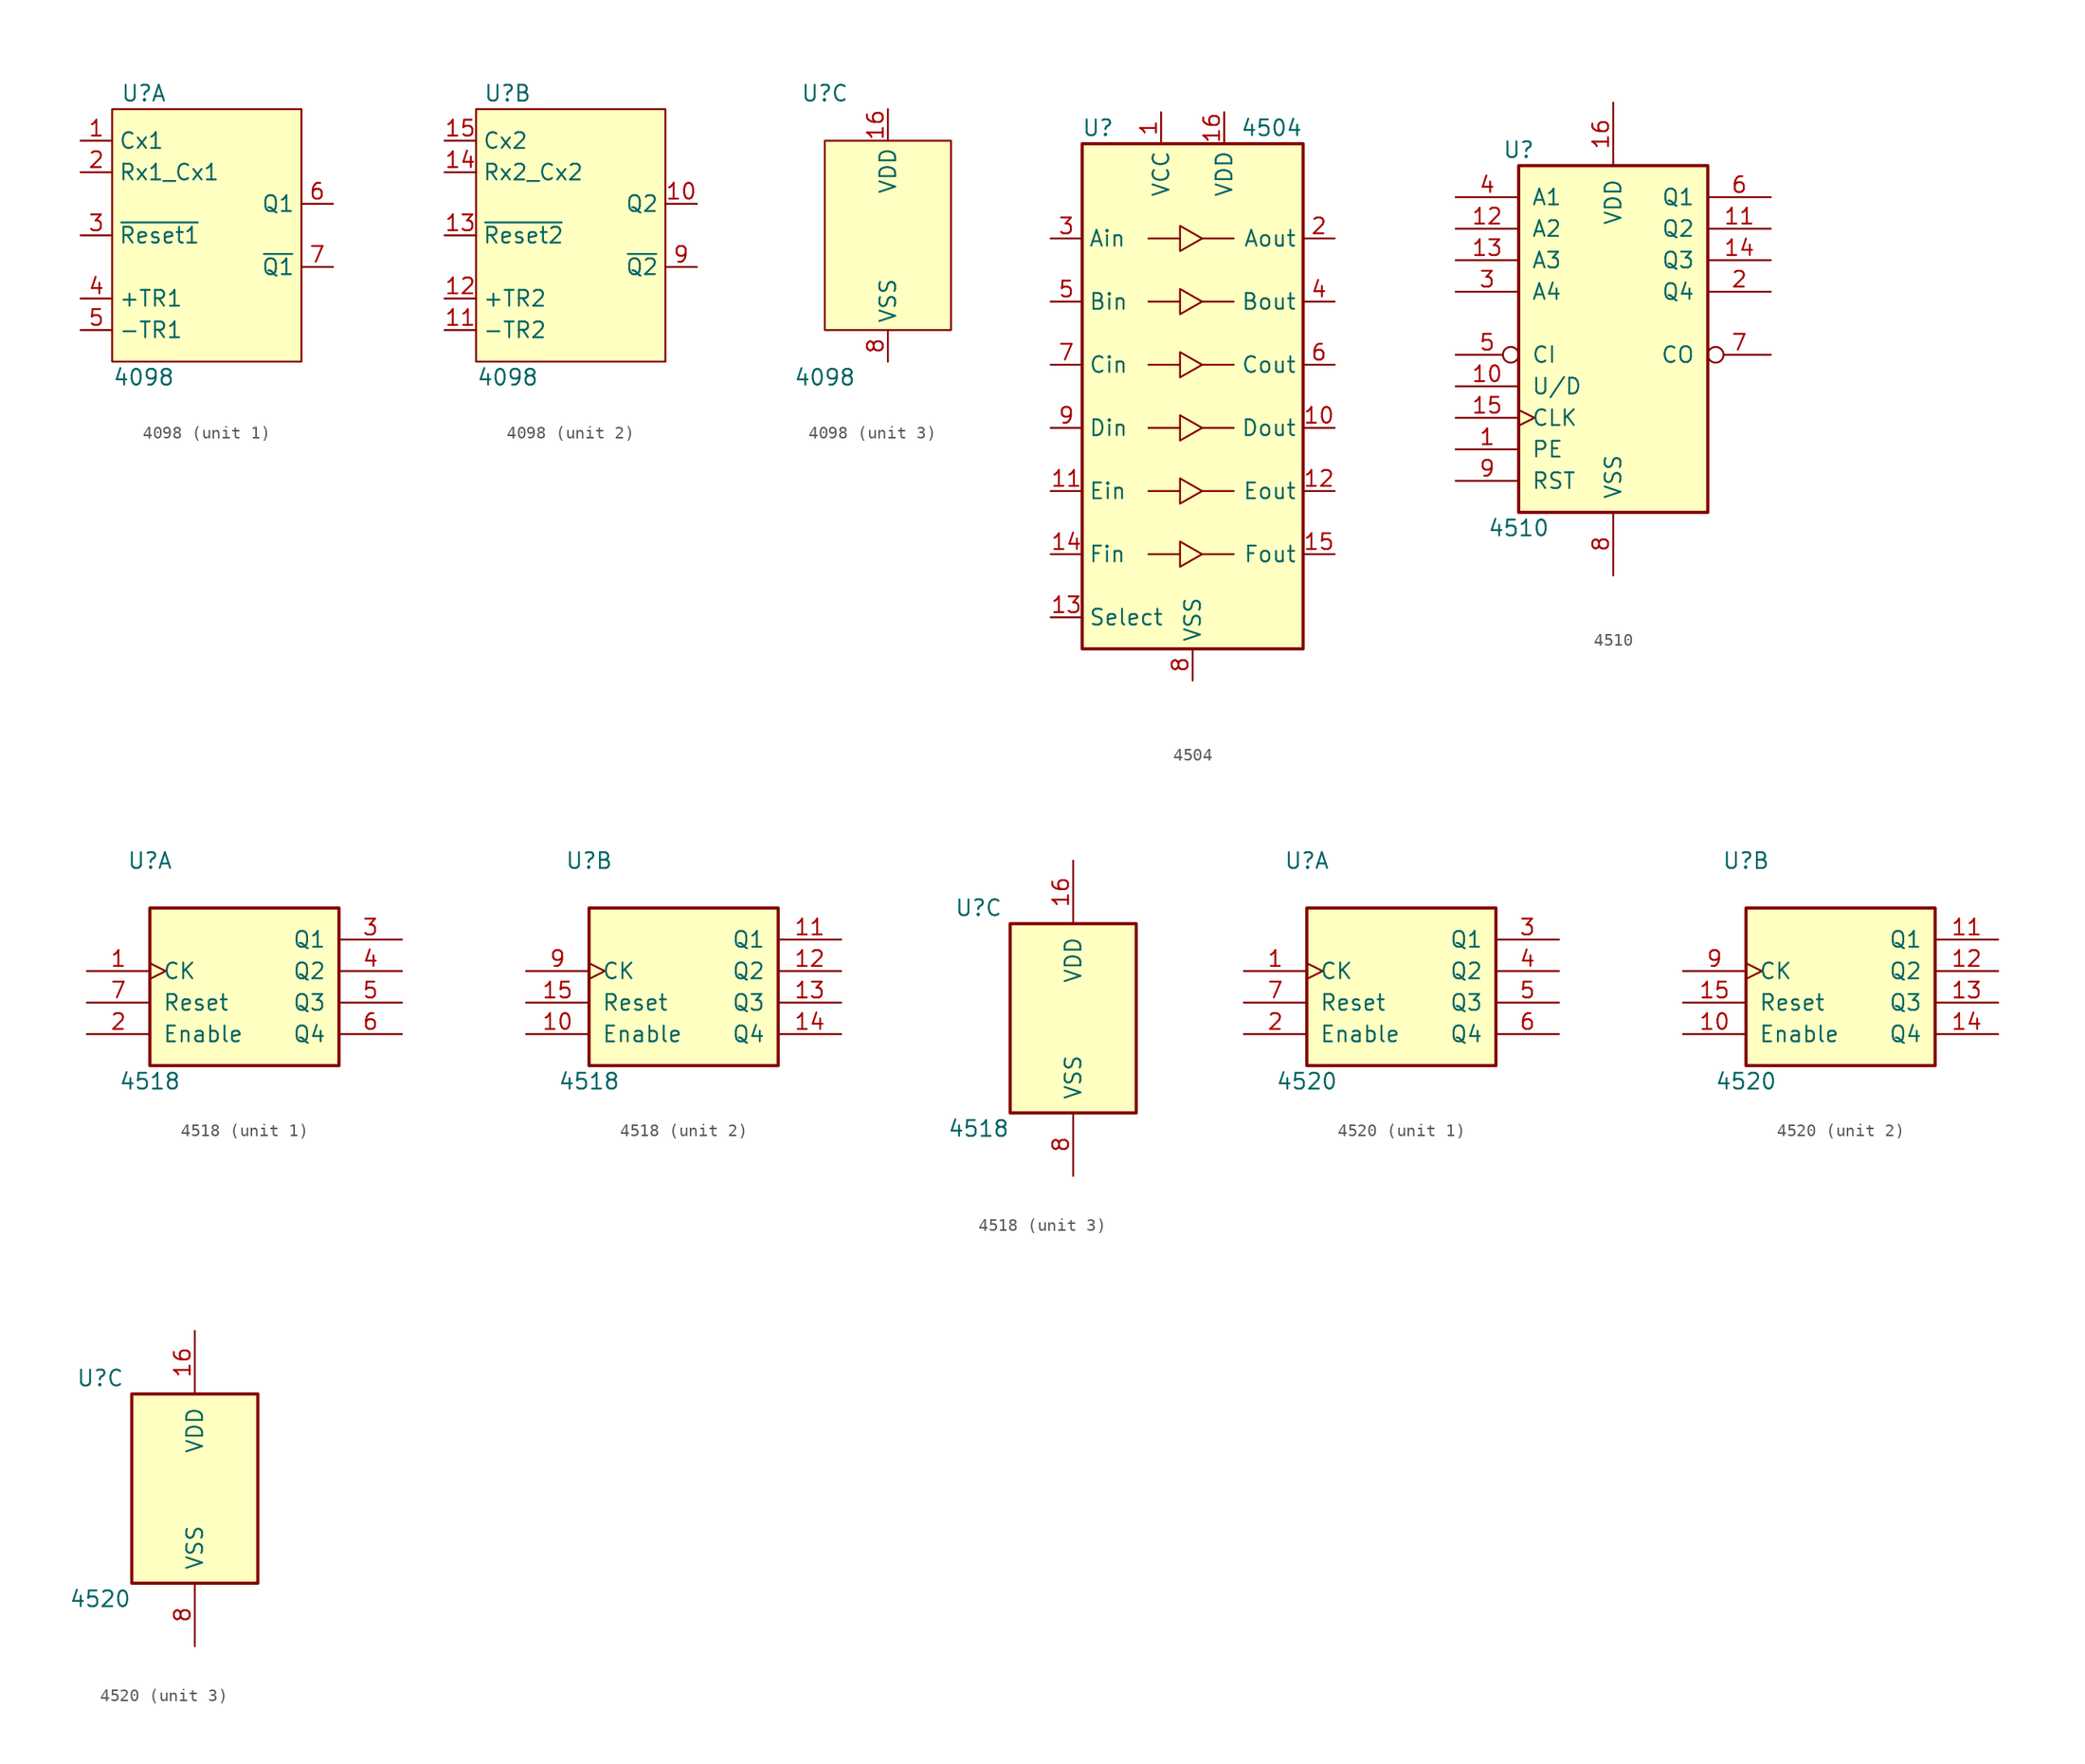
<source format=kicad_sym>
(kicad_symbol_lib
  (version 20241209)
  (generator "kicad_symbol_editor")
  (generator_version "9.0")
  (symbol "4098"
    (property "Reference" "U"
      (at -5.08 11.43 0)
      (effects (font (size 1.27 1.27))))
    (property "Value" "4098"
      (at -5.08 -11.43 0)
      (effects (font (size 1.27 1.27))))
    (symbol "4098_1_1"
      (rectangle (start -7.62 10.16) (end 7.62 -10.16) (stroke (width 0) (type default)) (fill (type background)))
      (pin input line (at -10.16 7.62 0) (length 2.54) (name "Cx1" (effects (font (size 1.27 1.27)))) (number "1" (effects (font (size 1.27 1.27)))))
      (pin input line (at -10.16 5.08 0) (length 2.54) (name "Rx1_Cx1" (effects (font (size 1.27 1.27)))) (number "2" (effects (font (size 1.27 1.27)))))
      (pin input line (at -10.16 0 0) (length 2.54) (name "~{Reset1}" (effects (font (size 1.27 1.27)))) (number "3" (effects (font (size 1.27 1.27)))))
      (pin input line (at -10.16 -5.08 0) (length 2.54) (name "+TR1" (effects (font (size 1.27 1.27)))) (number "4" (effects (font (size 1.27 1.27)))))
      (pin input line (at -10.16 -7.62 0) (length 2.54) (name "-TR1" (effects (font (size 1.27 1.27)))) (number "5" (effects (font (size 1.27 1.27)))))
      (pin output line (at 10.16 2.54 180) (length 2.54) (name "Q1" (effects (font (size 1.27 1.27)))) (number "6" (effects (font (size 1.27 1.27)))))
      (pin output line (at 10.16 -2.54 180) (length 2.54) (name "~{Q1}" (effects (font (size 1.27 1.27)))) (number "7" (effects (font (size 1.27 1.27))))))
    (symbol "4098_2_1"
      (rectangle (start -7.62 10.16) (end 7.62 -10.16) (stroke (width 0) (type default)) (fill (type background)))
      (pin input line (at -10.16 7.62 0) (length 2.54) (name "Cx2" (effects (font (size 1.27 1.27)))) (number "15" (effects (font (size 1.27 1.27)))))
      (pin input line (at -10.16 5.08 0) (length 2.54) (name "Rx2_Cx2" (effects (font (size 1.27 1.27)))) (number "14" (effects (font (size 1.27 1.27)))))
      (pin input line (at -10.16 0 0) (length 2.54) (name "~{Reset2}" (effects (font (size 1.27 1.27)))) (number "13" (effects (font (size 1.27 1.27)))))
      (pin input line (at -10.16 -5.08 0) (length 2.54) (name "+TR2" (effects (font (size 1.27 1.27)))) (number "12" (effects (font (size 1.27 1.27)))))
      (pin input line (at -10.16 -7.62 0) (length 2.54) (name "-TR2" (effects (font (size 1.27 1.27)))) (number "11" (effects (font (size 1.27 1.27)))))
      (pin output line (at 10.16 2.54 180) (length 2.54) (name "Q2" (effects (font (size 1.27 1.27)))) (number "10" (effects (font (size 1.27 1.27)))))
      (pin output line (at 10.16 -2.54 180) (length 2.54) (name "~{Q2}" (effects (font (size 1.27 1.27)))) (number "9" (effects (font (size 1.27 1.27))))))
    (symbol "4098_3_1"
      (rectangle (start -5.08 7.62) (end 5.08 -7.62) (stroke (width 0) (type default)) (fill (type background)))
      (pin power_in line (at 0 10.16 270) (length 2.54) (name "VDD" (effects (font (size 1.27 1.27)))) (number "16" (effects (font (size 1.27 1.27)))))
      (pin power_in line (at 0 -10.16 90) (length 2.54) (name "VSS" (effects (font (size 1.27 1.27)))) (number "8" (effects (font (size 1.27 1.27)))))))
  (symbol "4504"
    (property "Reference" "U"
      (at -7.62 21.59 0)
      (effects (font (size 1.27 1.27))))
    (property "Value" "4504"
      (at 6.35 21.59 0)
      (effects (font (size 1.27 1.27))))
    (symbol "4504_0_1"
      (polyline (pts (xy -3.556 12.7) (xy -1.016 12.7)) (stroke (width 0) (type default)) (fill (type none)))
      (polyline (pts (xy -3.556 7.62) (xy -1.016 7.62)) (stroke (width 0) (type default)) (fill (type none)))
      (polyline (pts (xy -3.556 2.54) (xy -1.016 2.54)) (stroke (width 0) (type default)) (fill (type none)))
      (polyline (pts (xy -3.556 -2.54) (xy -1.016 -2.54)) (stroke (width 0) (type default)) (fill (type none)))
      (polyline (pts (xy -3.556 -7.62) (xy -1.016 -7.62)) (stroke (width 0) (type default)) (fill (type none)))
      (polyline (pts (xy -3.556 -12.7) (xy -1.016 -12.7)) (stroke (width 0) (type default)) (fill (type none)))
      (polyline (pts (xy 0.762 12.7) (xy 3.302 12.7)) (stroke (width 0) (type default)) (fill (type none)))
      (polyline (pts (xy 0.762 7.62) (xy 3.302 7.62)) (stroke (width 0) (type default)) (fill (type none)))
      (polyline (pts (xy 0.762 2.54) (xy 3.302 2.54)) (stroke (width 0) (type default)) (fill (type none)))
      (polyline (pts (xy 0.762 -2.54) (xy 3.302 -2.54)) (stroke (width 0) (type default)) (fill (type none)))
      (polyline (pts (xy 0.762 -7.62) (xy 3.302 -7.62)) (stroke (width 0) (type default)) (fill (type none)))
      (polyline (pts (xy 0.762 -12.7) (xy 3.302 -12.7)) (stroke (width 0) (type default)) (fill (type none))))
    (symbol "4504_1_1"
      (rectangle (start -8.89 20.32) (end 8.89 -20.32) (stroke (width 0.254) (type default)) (fill (type background)))
      (polyline (pts (xy 0.762 12.7) (xy -1.016 11.684) (xy -1.016 13.716) (xy 0.762 12.7)) (stroke (width 0) (type default)) (fill (type none)))
      (polyline (pts (xy 0.762 7.62) (xy -1.016 6.604) (xy -1.016 8.636) (xy 0.762 7.62)) (stroke (width 0) (type default)) (fill (type none)))
      (polyline (pts (xy 0.762 2.54) (xy -1.016 1.524) (xy -1.016 3.556) (xy 0.762 2.54)) (stroke (width 0) (type default)) (fill (type none)))
      (polyline (pts (xy 0.762 -2.54) (xy -1.016 -3.556) (xy -1.016 -1.524) (xy 0.762 -2.54)) (stroke (width 0) (type default)) (fill (type none)))
      (polyline (pts (xy 0.762 -7.62) (xy -1.016 -8.636) (xy -1.016 -6.604) (xy 0.762 -7.62)) (stroke (width 0) (type default)) (fill (type none)))
      (polyline (pts (xy 0.762 -12.7) (xy -1.016 -13.716) (xy -1.016 -11.684) (xy 0.762 -12.7)) (stroke (width 0) (type default)) (fill (type none)))
      (pin input line (at -11.43 12.7 0) (length 2.54) (name "Ain" (effects (font (size 1.27 1.27)))) (number "3" (effects (font (size 1.27 1.27)))))
      (pin input line (at -11.43 7.62 0) (length 2.54) (name "Bin" (effects (font (size 1.27 1.27)))) (number "5" (effects (font (size 1.27 1.27)))))
      (pin input line (at -11.43 2.54 0) (length 2.54) (name "Cin" (effects (font (size 1.27 1.27)))) (number "7" (effects (font (size 1.27 1.27)))))
      (pin input line (at -11.43 -2.54 0) (length 2.54) (name "Din" (effects (font (size 1.27 1.27)))) (number "9" (effects (font (size 1.27 1.27)))))
      (pin input line (at -11.43 -7.62 0) (length 2.54) (name "Ein" (effects (font (size 1.27 1.27)))) (number "11" (effects (font (size 1.27 1.27)))))
      (pin input line (at -11.43 -12.7 0) (length 2.54) (name "Fin" (effects (font (size 1.27 1.27)))) (number "14" (effects (font (size 1.27 1.27)))))
      (pin input line (at -11.43 -17.78 0) (length 2.54) (name "Select" (effects (font (size 1.27 1.27)))) (number "13" (effects (font (size 1.27 1.27)))))
      (pin power_in line (at -2.54 22.86 270) (length 2.54) (name "VCC" (effects (font (size 1.27 1.27)))) (number "1" (effects (font (size 1.27 1.27)))))
      (pin power_in line (at 0 -22.86 90) (length 2.54) (name "VSS" (effects (font (size 1.27 1.27)))) (number "8" (effects (font (size 1.27 1.27)))))
      (pin power_in line (at 2.54 22.86 270) (length 2.54) (name "VDD" (effects (font (size 1.27 1.27)))) (number "16" (effects (font (size 1.27 1.27)))))
      (pin output line (at 11.43 12.7 180) (length 2.54) (name "Aout" (effects (font (size 1.27 1.27)))) (number "2" (effects (font (size 1.27 1.27)))))
      (pin output line (at 11.43 7.62 180) (length 2.54) (name "Bout" (effects (font (size 1.27 1.27)))) (number "4" (effects (font (size 1.27 1.27)))))
      (pin output line (at 11.43 2.54 180) (length 2.54) (name "Cout" (effects (font (size 1.27 1.27)))) (number "6" (effects (font (size 1.27 1.27)))))
      (pin output line (at 11.43 -2.54 180) (length 2.54) (name "Dout" (effects (font (size 1.27 1.27)))) (number "10" (effects (font (size 1.27 1.27)))))
      (pin output line (at 11.43 -7.62 180) (length 2.54) (name "Eout" (effects (font (size 1.27 1.27)))) (number "12" (effects (font (size 1.27 1.27)))))
      (pin output line (at 11.43 -12.7 180) (length 2.54) (name "Fout" (effects (font (size 1.27 1.27)))) (number "15" (effects (font (size 1.27 1.27)))))))
  (symbol "4510"
    (pin_names
      (offset 1.016))
    (property "Reference" "U"
      (at -7.62 13.97 0)
      (effects (font (size 1.27 1.27))))
    (property "Value" "4510"
      (at -7.62 -16.51 0)
      (effects (font (size 1.27 1.27))))
    (property "ki_locked" ""
      (at 0 0 0)
      (effects (font (size 1.27 1.27))))
    (symbol "4510_1_0"
      (pin input line (at -12.7 10.16 0) (length 5.08) (name "A1" (effects (font (size 1.27 1.27)))) (number "4" (effects (font (size 1.27 1.27)))))
      (pin input line (at -12.7 7.62 0) (length 5.08) (name "A2" (effects (font (size 1.27 1.27)))) (number "12" (effects (font (size 1.27 1.27)))))
      (pin input line (at -12.7 5.08 0) (length 5.08) (name "A3" (effects (font (size 1.27 1.27)))) (number "13" (effects (font (size 1.27 1.27)))))
      (pin input line (at -12.7 2.54 0) (length 5.08) (name "A4" (effects (font (size 1.27 1.27)))) (number "3" (effects (font (size 1.27 1.27)))))
      (pin input inverted (at -12.7 -2.54 0) (length 5.08) (name "CI" (effects (font (size 1.27 1.27)))) (number "5" (effects (font (size 1.27 1.27)))))
      (pin input line (at -12.7 -5.08 0) (length 5.08) (name "U/D" (effects (font (size 1.27 1.27)))) (number "10" (effects (font (size 1.27 1.27)))))
      (pin input clock (at -12.7 -7.62 0) (length 5.08) (name "CLK" (effects (font (size 1.27 1.27)))) (number "15" (effects (font (size 1.27 1.27)))))
      (pin input line (at -12.7 -10.16 0) (length 5.08) (name "PE" (effects (font (size 1.27 1.27)))) (number "1" (effects (font (size 1.27 1.27)))))
      (pin input line (at -12.7 -12.7 0) (length 5.08) (name "RST" (effects (font (size 1.27 1.27)))) (number "9" (effects (font (size 1.27 1.27)))))
      (pin power_in line (at 0 17.78 270) (length 5.08) (name "VDD" (effects (font (size 1.27 1.27)))) (number "16" (effects (font (size 1.27 1.27)))))
      (pin power_in line (at 0 -20.32 90) (length 5.08) (name "VSS" (effects (font (size 1.27 1.27)))) (number "8" (effects (font (size 1.27 1.27)))))
      (pin output line (at 12.7 10.16 180) (length 5.08) (name "Q1" (effects (font (size 1.27 1.27)))) (number "6" (effects (font (size 1.27 1.27)))))
      (pin output line (at 12.7 7.62 180) (length 5.08) (name "Q2" (effects (font (size 1.27 1.27)))) (number "11" (effects (font (size 1.27 1.27)))))
      (pin output line (at 12.7 5.08 180) (length 5.08) (name "Q3" (effects (font (size 1.27 1.27)))) (number "14" (effects (font (size 1.27 1.27)))))
      (pin output line (at 12.7 2.54 180) (length 5.08) (name "Q4" (effects (font (size 1.27 1.27)))) (number "2" (effects (font (size 1.27 1.27)))))
      (pin output inverted (at 12.7 -2.54 180) (length 5.08) (name "CO" (effects (font (size 1.27 1.27)))) (number "7" (effects (font (size 1.27 1.27))))))
    (symbol "4510_1_1"
      (rectangle (start -7.62 12.7) (end 7.62 -15.24) (stroke (width 0.254) (type default)) (fill (type background)))))
  (symbol "4518"
    (pin_names
      (offset 1.016))
    (property "Reference" "U"
      (at -7.62 8.89 0)
      (effects (font (size 1.27 1.27))))
    (property "Value" "4518"
      (at -7.62 -8.89 0)
      (effects (font (size 1.27 1.27))))
    (property "ki_locked" ""
      (at 0 0 0)
      (effects (font (size 1.27 1.27))))
    (symbol "4518_1_0"
      (pin input clock (at -12.7 0 0) (length 5.08) (name "CK" (effects (font (size 1.27 1.27)))) (number "1" (effects (font (size 1.27 1.27)))))
      (pin input line (at -12.7 -2.54 0) (length 5.08) (name "Reset" (effects (font (size 1.27 1.27)))) (number "7" (effects (font (size 1.27 1.27)))))
      (pin input line (at -12.7 -5.08 0) (length 5.08) (name "Enable" (effects (font (size 1.27 1.27)))) (number "2" (effects (font (size 1.27 1.27)))))
      (pin output line (at 12.7 2.54 180) (length 5.08) (name "Q1" (effects (font (size 1.27 1.27)))) (number "3" (effects (font (size 1.27 1.27)))))
      (pin output line (at 12.7 0 180) (length 5.08) (name "Q2" (effects (font (size 1.27 1.27)))) (number "4" (effects (font (size 1.27 1.27)))))
      (pin output line (at 12.7 -2.54 180) (length 5.08) (name "Q3" (effects (font (size 1.27 1.27)))) (number "5" (effects (font (size 1.27 1.27)))))
      (pin output line (at 12.7 -5.08 180) (length 5.08) (name "Q4" (effects (font (size 1.27 1.27)))) (number "6" (effects (font (size 1.27 1.27))))))
    (symbol "4518_1_1"
      (rectangle (start -7.62 5.08) (end 7.62 -7.62) (stroke (width 0.254) (type default)) (fill (type background))))
    (symbol "4518_2_0"
      (pin input clock (at -12.7 0 0) (length 5.08) (name "CK" (effects (font (size 1.27 1.27)))) (number "9" (effects (font (size 1.27 1.27)))))
      (pin input line (at -12.7 -2.54 0) (length 5.08) (name "Reset" (effects (font (size 1.27 1.27)))) (number "15" (effects (font (size 1.27 1.27)))))
      (pin input line (at -12.7 -5.08 0) (length 5.08) (name "Enable" (effects (font (size 1.27 1.27)))) (number "10" (effects (font (size 1.27 1.27)))))
      (pin output line (at 12.7 2.54 180) (length 5.08) (name "Q1" (effects (font (size 1.27 1.27)))) (number "11" (effects (font (size 1.27 1.27)))))
      (pin output line (at 12.7 0 180) (length 5.08) (name "Q2" (effects (font (size 1.27 1.27)))) (number "12" (effects (font (size 1.27 1.27)))))
      (pin output line (at 12.7 -2.54 180) (length 5.08) (name "Q3" (effects (font (size 1.27 1.27)))) (number "13" (effects (font (size 1.27 1.27)))))
      (pin output line (at 12.7 -5.08 180) (length 5.08) (name "Q4" (effects (font (size 1.27 1.27)))) (number "14" (effects (font (size 1.27 1.27))))))
    (symbol "4518_2_1"
      (rectangle (start -7.62 5.08) (end 7.62 -7.62) (stroke (width 0.254) (type default)) (fill (type background))))
    (symbol "4518_3_0"
      (pin power_in line (at 0 12.7 270) (length 5.08) (name "VDD" (effects (font (size 1.27 1.27)))) (number "16" (effects (font (size 1.27 1.27)))))
      (pin power_in line (at 0 -12.7 90) (length 5.08) (name "VSS" (effects (font (size 1.27 1.27)))) (number "8" (effects (font (size 1.27 1.27))))))
    (symbol "4518_3_1"
      (rectangle (start -5.08 7.62) (end 5.08 -7.62) (stroke (width 0.254) (type default)) (fill (type background)))))
  (symbol "4520"
    (pin_names
      (offset 1.016))
    (property "Reference" "U"
      (at -7.62 8.89 0)
      (effects (font (size 1.27 1.27))))
    (property "Value" "4520"
      (at -7.62 -8.89 0)
      (effects (font (size 1.27 1.27))))
    (property "ki_locked" ""
      (at 0 0 0)
      (effects (font (size 1.27 1.27))))
    (symbol "4520_1_0"
      (pin input clock (at -12.7 0 0) (length 5.08) (name "CK" (effects (font (size 1.27 1.27)))) (number "1" (effects (font (size 1.27 1.27)))))
      (pin input line (at -12.7 -2.54 0) (length 5.08) (name "Reset" (effects (font (size 1.27 1.27)))) (number "7" (effects (font (size 1.27 1.27)))))
      (pin input line (at -12.7 -5.08 0) (length 5.08) (name "Enable" (effects (font (size 1.27 1.27)))) (number "2" (effects (font (size 1.27 1.27)))))
      (pin output line (at 12.7 2.54 180) (length 5.08) (name "Q1" (effects (font (size 1.27 1.27)))) (number "3" (effects (font (size 1.27 1.27)))))
      (pin output line (at 12.7 0 180) (length 5.08) (name "Q2" (effects (font (size 1.27 1.27)))) (number "4" (effects (font (size 1.27 1.27)))))
      (pin output line (at 12.7 -2.54 180) (length 5.08) (name "Q3" (effects (font (size 1.27 1.27)))) (number "5" (effects (font (size 1.27 1.27)))))
      (pin output line (at 12.7 -5.08 180) (length 5.08) (name "Q4" (effects (font (size 1.27 1.27)))) (number "6" (effects (font (size 1.27 1.27))))))
    (symbol "4520_1_1"
      (rectangle (start -7.62 5.08) (end 7.62 -7.62) (stroke (width 0.254) (type default)) (fill (type background))))
    (symbol "4520_2_0"
      (pin input clock (at -12.7 0 0) (length 5.08) (name "CK" (effects (font (size 1.27 1.27)))) (number "9" (effects (font (size 1.27 1.27)))))
      (pin input line (at -12.7 -2.54 0) (length 5.08) (name "Reset" (effects (font (size 1.27 1.27)))) (number "15" (effects (font (size 1.27 1.27)))))
      (pin input line (at -12.7 -5.08 0) (length 5.08) (name "Enable" (effects (font (size 1.27 1.27)))) (number "10" (effects (font (size 1.27 1.27)))))
      (pin output line (at 12.7 2.54 180) (length 5.08) (name "Q1" (effects (font (size 1.27 1.27)))) (number "11" (effects (font (size 1.27 1.27)))))
      (pin output line (at 12.7 0 180) (length 5.08) (name "Q2" (effects (font (size 1.27 1.27)))) (number "12" (effects (font (size 1.27 1.27)))))
      (pin output line (at 12.7 -2.54 180) (length 5.08) (name "Q3" (effects (font (size 1.27 1.27)))) (number "13" (effects (font (size 1.27 1.27)))))
      (pin output line (at 12.7 -5.08 180) (length 5.08) (name "Q4" (effects (font (size 1.27 1.27)))) (number "14" (effects (font (size 1.27 1.27))))))
    (symbol "4520_2_1"
      (rectangle (start -7.62 5.08) (end 7.62 -7.62) (stroke (width 0.254) (type default)) (fill (type background))))
    (symbol "4520_3_0"
      (pin power_in line (at 0 12.7 270) (length 5.08) (name "VDD" (effects (font (size 1.27 1.27)))) (number "16" (effects (font (size 1.27 1.27)))))
      (pin power_in line (at 0 -12.7 90) (length 5.08) (name "VSS" (effects (font (size 1.27 1.27)))) (number "8" (effects (font (size 1.27 1.27))))))
    (symbol "4520_3_1"
      (rectangle (start -5.08 7.62) (end 5.08 -7.62) (stroke (width 0.254) (type default)) (fill (type background))))))
</source>
